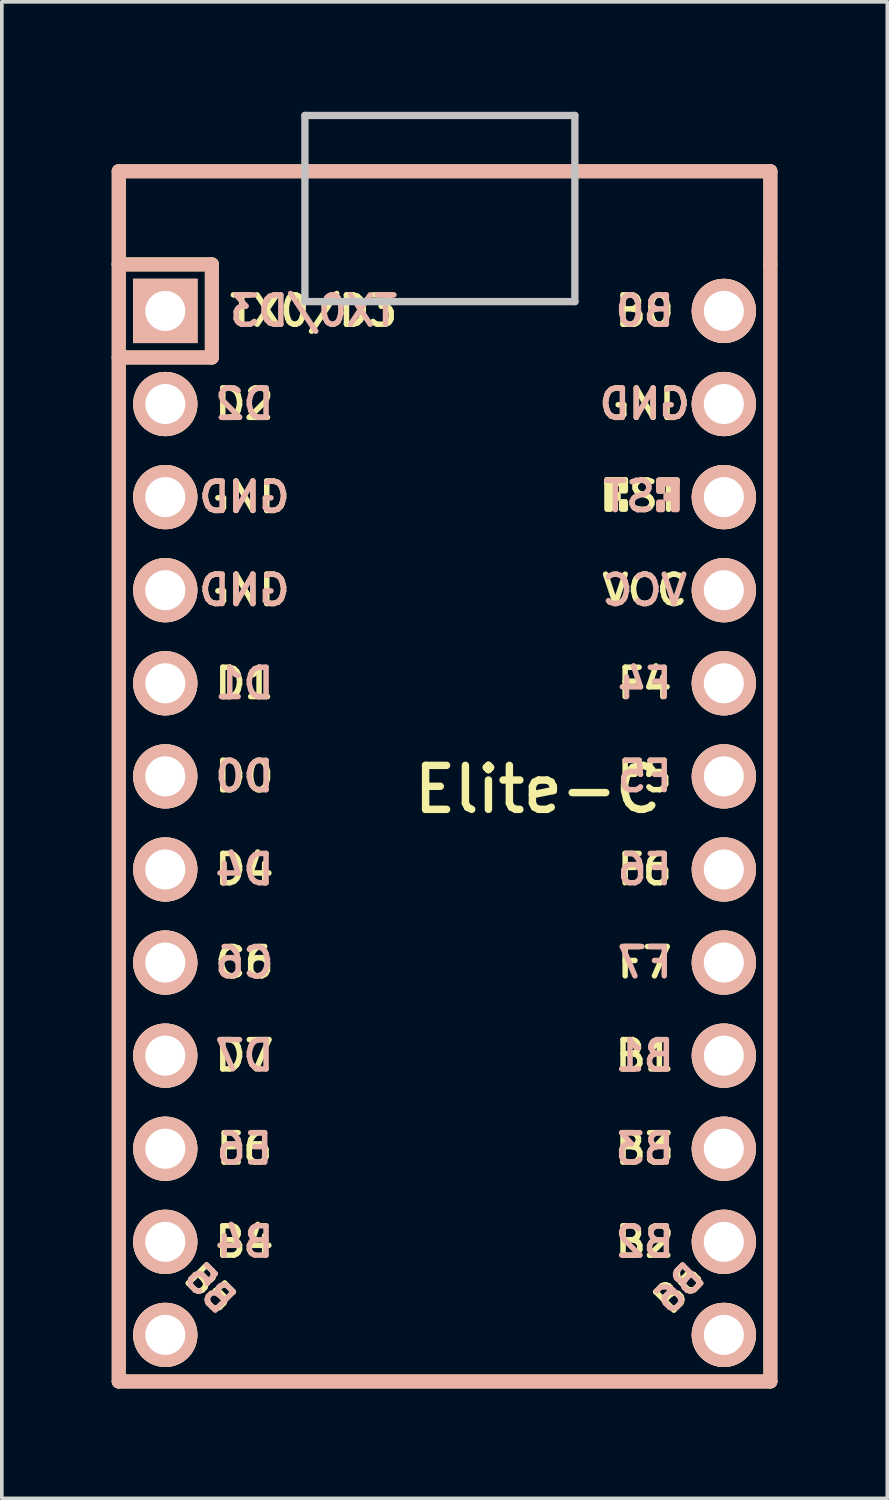
<source format=kicad_pcb>
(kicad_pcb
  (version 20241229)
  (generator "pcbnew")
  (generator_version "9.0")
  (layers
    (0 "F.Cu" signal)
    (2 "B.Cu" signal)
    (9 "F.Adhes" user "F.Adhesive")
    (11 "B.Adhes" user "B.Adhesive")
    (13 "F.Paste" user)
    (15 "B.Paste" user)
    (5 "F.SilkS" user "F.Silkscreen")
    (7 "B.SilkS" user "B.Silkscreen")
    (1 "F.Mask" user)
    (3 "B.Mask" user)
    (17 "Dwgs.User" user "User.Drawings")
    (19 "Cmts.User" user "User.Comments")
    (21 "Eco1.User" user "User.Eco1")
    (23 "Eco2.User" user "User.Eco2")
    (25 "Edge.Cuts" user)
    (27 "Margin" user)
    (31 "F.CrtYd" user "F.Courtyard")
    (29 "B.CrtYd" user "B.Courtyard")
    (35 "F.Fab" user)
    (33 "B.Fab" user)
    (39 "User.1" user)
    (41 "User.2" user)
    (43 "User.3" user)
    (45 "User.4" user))
  (footprint "Elite-C"
    (layer "F.Cu")
    (at 11.62 16.864)
    (property "Reference" "Elite-C" (at 0 1.625 0) (layer "F.SilkS") (effects (font (size 1.2 1.2) (thickness 0.203))))
    (attr through_hole)
    (fp_line (start -11.43 -15.24) (end -11.43 -12.7) (stroke (width 0.381) (type solid)) (layer "F.SilkS"))
    (fp_line (start -11.43 -12.7) (end -11.43 17.78) (stroke (width 0.381) (type solid)) (layer "F.SilkS"))
    (fp_line (start -11.43 17.78) (end 6.35 17.78) (stroke (width 0.381) (type solid)) (layer "F.SilkS"))
    (fp_line (start -8.89 -12.7) (end -11.43 -12.7) (stroke (width 0.381) (type solid)) (layer "F.SilkS"))
    (fp_line (start -8.89 -12.7) (end -8.89 -10.16) (stroke (width 0.381) (type solid)) (layer "F.SilkS"))
    (fp_line (start -8.89 -10.16) (end -11.43 -10.16) (stroke (width 0.381) (type solid)) (layer "F.SilkS"))
    (fp_line (start 6.35 -15.24) (end -11.43 -15.24) (stroke (width 0.381) (type solid)) (layer "F.SilkS"))
    (fp_line (start 6.35 -12.7) (end 6.35 -15.24) (stroke (width 0.381) (type solid)) (layer "F.SilkS"))
    (fp_line (start 6.35 17.78) (end 6.35 -12.7) (stroke (width 0.381) (type solid)) (layer "F.SilkS"))
    (fp_poly (pts (xy 1.992 -6.821) (xy 1.992 -6.021) (xy 1.892 -6.021) (xy 1.892 -6.821)) (stroke (width 0.15) (type solid)) (fill yes) (layer "F.SilkS"))
    (fp_poly (pts (xy 2.192 -6.421) (xy 2.192 -6.321) (xy 2.092 -6.321) (xy 2.092 -6.421)) (stroke (width 0.15) (type solid)) (fill yes) (layer "F.SilkS"))
    (fp_poly (pts (xy 2.392 -6.821) (xy 2.392 -6.721) (xy 1.892 -6.721) (xy 1.892 -6.821)) (stroke (width 0.15) (type solid)) (fill yes) (layer "F.SilkS"))
    (fp_poly (pts (xy 2.392 -6.821) (xy 2.392 -6.521) (xy 2.292 -6.521) (xy 2.292 -6.821)) (stroke (width 0.15) (type solid)) (fill yes) (layer "F.SilkS"))
    (fp_poly (pts (xy 2.392 -6.221) (xy 2.392 -6.021) (xy 2.292 -6.021) (xy 2.292 -6.221)) (stroke (width 0.15) (type solid)) (fill yes) (layer "F.SilkS"))
    (fp_line (start -11.43 -15.24) (end -11.43 17.78) (stroke (width 0.381) (type solid)) (layer "B.SilkS"))
    (fp_line (start -11.43 17.78) (end 6.35 17.78) (stroke (width 0.381) (type solid)) (layer "B.SilkS"))
    (fp_line (start -8.89 -12.7) (end -11.43 -12.7) (stroke (width 0.381) (type solid)) (layer "B.SilkS"))
    (fp_line (start -8.89 -12.7) (end -8.89 -10.16) (stroke (width 0.381) (type solid)) (layer "B.SilkS"))
    (fp_line (start -8.89 -10.16) (end -11.43 -10.16) (stroke (width 0.381) (type solid)) (layer "B.SilkS"))
    (fp_line (start 6.35 -15.24) (end -11.43 -15.24) (stroke (width 0.381) (type solid)) (layer "B.SilkS"))
    (fp_line (start 6.35 17.78) (end 6.35 -15.24) (stroke (width 0.381) (type solid)) (layer "B.SilkS"))
    (fp_poly (pts (xy 3.305 -6.811) (xy 3.305 -6.711) (xy 3.805 -6.711) (xy 3.805 -6.811)) (stroke (width 0.15) (type solid)) (fill yes) (layer "B.SilkS"))
    (fp_poly (pts (xy 3.305 -6.811) (xy 3.305 -6.511) (xy 3.405 -6.511) (xy 3.405 -6.811)) (stroke (width 0.15) (type solid)) (fill yes) (layer "B.SilkS"))
    (fp_poly (pts (xy 3.305 -6.211) (xy 3.305 -6.011) (xy 3.405 -6.011) (xy 3.405 -6.211)) (stroke (width 0.15) (type solid)) (fill yes) (layer "B.SilkS"))
    (fp_poly (pts (xy 3.505 -6.411) (xy 3.505 -6.311) (xy 3.605 -6.311) (xy 3.605 -6.411)) (stroke (width 0.15) (type solid)) (fill yes) (layer "B.SilkS"))
    (fp_poly (pts (xy 3.705 -6.811) (xy 3.705 -6.011) (xy 3.805 -6.011) (xy 3.805 -6.811)) (stroke (width 0.15) (type solid)) (fill yes) (layer "B.SilkS"))
    (fp_line (start -6.35 -16.764) (end 1.016 -16.764) (stroke (width 0.2) (type solid)) (layer "Dwgs.User"))
    (fp_line (start -6.35 -11.684) (end -6.35 -16.764) (stroke (width 0.2) (type solid)) (layer "Dwgs.User"))
    (fp_line (start 1.016 -16.764) (end 1.016 -11.684) (stroke (width 0.2) (type solid)) (layer "Dwgs.User"))
    (fp_line (start 1.016 -11.684) (end -6.35 -11.684) (stroke (width 0.2) (type solid)) (layer "Dwgs.User"))
    (fp_text user "ST" (at 3.193 -6.38 0) (layer "F.SilkS") (effects (font (size 0.8 0.8) (thickness 0.15))))
    (fp_text user "F6" (at 2.921 3.81 0) (layer "F.SilkS") (effects (font (size 0.8 0.8) (thickness 0.15))))
    (fp_text user "D7" (at -8.001 8.89 0) (layer "F.SilkS") (effects (font (size 0.8 0.8) (thickness 0.15))))
    (fp_text user "B3" (at 2.921 11.43 0) (layer "F.SilkS") (effects (font (size 0.8 0.8) (thickness 0.15))))
    (fp_text user "B4" (at -8.001 13.97 0) (layer "F.SilkS") (effects (font (size 0.8 0.8) (thickness 0.15))))
    (fp_text user "B1" (at 2.921 8.89 0) (layer "F.SilkS") (effects (font (size 0.8 0.8) (thickness 0.15))))
    (fp_text user "D4" (at -8.001 3.81 0) (layer "F.SilkS") (effects (font (size 0.8 0.8) (thickness 0.15))))
    (fp_text user "B0" (at 2.921 -11.43 0) (layer "F.SilkS") (effects (font (size 0.8 0.8) (thickness 0.15))))
    (fp_text user "GND" (at -8.001 -3.81 0) (layer "F.SilkS") (effects (font (size 0.8 0.8) (thickness 0.15))))
    (fp_text user "GND" (at 2.921 -8.89 0) (layer "F.SilkS") (effects (font (size 0.8 0.8) (thickness 0.15))))
    (fp_text user "D1" (at -8.001 -1.27 0) (layer "F.SilkS") (effects (font (size 0.8 0.8) (thickness 0.15))))
    (fp_text user "VCC" (at 2.921 -3.81 0) (layer "F.SilkS") (effects (font (size 0.8 0.8) (thickness 0.15))))
    (fp_text user "B5" (at -8.94 15.24 315) (layer "F.SilkS") (effects (font (size 0.7 0.7) (thickness 0.15))))
    (fp_text user "TX0/D3" (at -6.112 -11.43 0) (layer "F.SilkS") (effects (font (size 0.8 0.8) (thickness 0.15))))
    (fp_text user "GND" (at -8.001 -6.35 0) (layer "F.SilkS") (effects (font (size 0.8 0.8) (thickness 0.15))))
    (fp_text user "F4" (at 2.921 -1.27 0) (layer "F.SilkS") (effects (font (size 0.8 0.8) (thickness 0.15))))
    (fp_text user "F7" (at 2.921 6.35 0) (layer "F.SilkS") (effects (font (size 0.8 0.8) (thickness 0.15))))
    (fp_text user "D0" (at -8.001 1.27 0) (layer "F.SilkS") (effects (font (size 0.8 0.8) (thickness 0.15))))
    (fp_text user "C6" (at -8.001 6.35 0) (layer "F.SilkS") (effects (font (size 0.8 0.8) (thickness 0.15))))
    (fp_text user "E6" (at -8.001 11.43 0) (layer "F.SilkS") (effects (font (size 0.8 0.8) (thickness 0.15))))
    (fp_text user "B2" (at 2.921 13.97 0) (layer "F.SilkS") (effects (font (size 0.8 0.8) (thickness 0.15))))
    (fp_text user "F5" (at 2.921 1.27 0) (layer "F.SilkS") (effects (font (size 0.8 0.8) (thickness 0.15))))
    (fp_text user "D2" (at -8.001 -8.89 0) (layer "F.SilkS") (effects (font (size 0.8 0.8) (thickness 0.15))))
    (fp_text user "B6" (at 3.86 15.24 45) (unlocked yes) (layer "F.SilkS") (effects (font (size 0.7 0.7) (thickness 0.15))))
    (fp_text user "F7" (at 2.921 6.35 0) (layer "B.SilkS") (effects (font (size 0.8 0.8) (thickness 0.15)) (justify mirror)))
    (fp_text user "ST" (at 2.5 -6.37 0) (layer "B.SilkS") (effects (font (size 0.8 0.8) (thickness 0.15)) (justify mirror)))
    (fp_text user "B1" (at 2.921 8.89 0) (layer "B.SilkS") (effects (font (size 0.8 0.8) (thickness 0.15)) (justify mirror)))
    (fp_text user "D7" (at -8.001 8.89 0) (layer "B.SilkS") (effects (font (size 0.8 0.8) (thickness 0.15)) (justify mirror)))
    (fp_text user "E6" (at -8.001 11.43 0) (layer "B.SilkS") (effects (font (size 0.8 0.8) (thickness 0.15)) (justify mirror)))
    (fp_text user "B0" (at 2.921 -11.43 0) (layer "B.SilkS") (effects (font (size 0.8 0.8) (thickness 0.15)) (justify mirror)))
    (fp_text user "TX0/D3" (at -6.112 -11.43 0) (layer "B.SilkS") (effects (font (size 0.8 0.8) (thickness 0.15)) (justify mirror)))
    (fp_text user "F5" (at 2.921 1.27 0) (layer "B.SilkS") (effects (font (size 0.8 0.8) (thickness 0.15)) (justify mirror)))
    (fp_text user "B6" (at 3.86 15.24 45) (unlocked yes) (layer "B.SilkS") (effects (font (size 0.7 0.7) (thickness 0.15)) (justify mirror)))
    (fp_text user "B5" (at -8.94 15.24 315) (layer "B.SilkS") (effects (font (size 0.7 0.7) (thickness 0.15)) (justify mirror)))
    (fp_text user "GND" (at -8.001 -6.35 0) (layer "B.SilkS") (effects (font (size 0.8 0.8) (thickness 0.15)) (justify mirror)))
    (fp_text user "B3" (at 2.921 11.43 0) (layer "B.SilkS") (effects (font (size 0.8 0.8) (thickness 0.15)) (justify mirror)))
    (fp_text user "D0" (at -8.001 1.27 0) (layer "B.SilkS") (effects (font (size 0.8 0.8) (thickness 0.15)) (justify mirror)))
    (fp_text user "D2" (at -8.001 -8.89 0) (layer "B.SilkS") (effects (font (size 0.8 0.8) (thickness 0.15)) (justify mirror)))
    (fp_text user "F4" (at 2.921 -1.27 0) (layer "B.SilkS") (effects (font (size 0.8 0.8) (thickness 0.15)) (justify mirror)))
    (fp_text user "C6" (at -8.001 6.35 0) (layer "B.SilkS") (effects (font (size 0.8 0.8) (thickness 0.15)) (justify mirror)))
    (fp_text user "D1" (at -8.001 -1.27 0) (layer "B.SilkS") (effects (font (size 0.8 0.8) (thickness 0.15)) (justify mirror)))
    (fp_text user "B4" (at -8.001 13.97 0) (layer "B.SilkS") (effects (font (size 0.8 0.8) (thickness 0.15)) (justify mirror)))
    (fp_text user "D4" (at -8.001 3.81 0) (layer "B.SilkS") (effects (font (size 0.8 0.8) (thickness 0.15)) (justify mirror)))
    (fp_text user "F6" (at 2.921 3.81 0) (layer "B.SilkS") (effects (font (size 0.8 0.8) (thickness 0.15)) (justify mirror)))
    (fp_text user "GND" (at -8.001 -3.81 0) (layer "B.SilkS") (effects (font (size 0.8 0.8) (thickness 0.15)) (justify mirror)))
    (fp_text user "VCC" (at 2.921 -3.81 0) (layer "B.SilkS") (effects (font (size 0.8 0.8) (thickness 0.15)) (justify mirror)))
    (fp_text user "GND" (at 2.921 -8.89 0) (layer "B.SilkS") (effects (font (size 0.8 0.8) (thickness 0.15)) (justify mirror)))
    (fp_text user "B2" (at 2.921 13.97 0) (layer "B.SilkS") (effects (font (size 0.8 0.8) (thickness 0.15)) (justify mirror)))
    (pad "1" thru_hole rect (at -10.16 -11.43 270) (size 1.753 1.753) (drill 1.092) (layers "*.Cu" "*.SilkS" "*.Mask"))
    (pad "2" thru_hole circle (at -10.16 -8.89 270) (size 1.753 1.753) (drill 1.092) (layers "*.Cu" "*.SilkS" "*.Mask"))
    (pad "3" thru_hole circle (at -10.16 -6.35 270) (size 1.753 1.753) (drill 1.092) (layers "*.Cu" "*.SilkS" "*.Mask"))
    (pad "4" thru_hole circle (at -10.16 -3.81 270) (size 1.753 1.753) (drill 1.092) (layers "*.Cu" "*.SilkS" "*.Mask"))
    (pad "5" thru_hole circle (at -10.16 -1.27 270) (size 1.753 1.753) (drill 1.092) (layers "*.Cu" "*.SilkS" "*.Mask"))
    (pad "6" thru_hole circle (at -10.16 1.27 270) (size 1.753 1.753) (drill 1.092) (layers "*.Cu" "*.SilkS" "*.Mask"))
    (pad "7" thru_hole circle (at -10.16 3.81 270) (size 1.753 1.753) (drill 1.092) (layers "*.Cu" "*.SilkS" "*.Mask"))
    (pad "8" thru_hole circle (at -10.16 6.35 270) (size 1.753 1.753) (drill 1.092) (layers "*.Cu" "*.SilkS" "*.Mask"))
    (pad "9" thru_hole circle (at -10.16 8.89 270) (size 1.753 1.753) (drill 1.092) (layers "*.Cu" "*.SilkS" "*.Mask"))
    (pad "10" thru_hole circle (at -10.16 11.43 270) (size 1.753 1.753) (drill 1.092) (layers "*.Cu" "*.SilkS" "*.Mask"))
    (pad "11" thru_hole circle (at -10.16 13.97 270) (size 1.753 1.753) (drill 1.092) (layers "*.Cu" "*.SilkS" "*.Mask"))
    (pad "12" thru_hole circle (at -10.16 16.51 270) (size 1.753 1.753) (drill 1.092) (layers "*.Cu" "*.SilkS" "*.Mask"))
    (pad "13" thru_hole circle (at 5.08 16.51 270) (size 1.753 1.753) (drill 1.092) (layers "*.Cu" "*.SilkS" "*.Mask"))
    (pad "14" thru_hole circle (at 5.08 13.97 270) (size 1.753 1.753) (drill 1.092) (layers "*.Cu" "*.SilkS" "*.Mask"))
    (pad "15" thru_hole circle (at 5.08 11.43 270) (size 1.753 1.753) (drill 1.092) (layers "*.Cu" "*.SilkS" "*.Mask"))
    (pad "16" thru_hole circle (at 5.08 8.89 270) (size 1.753 1.753) (drill 1.092) (layers "*.Cu" "*.SilkS" "*.Mask"))
    (pad "17" thru_hole circle (at 5.08 6.35 270) (size 1.753 1.753) (drill 1.092) (layers "*.Cu" "*.SilkS" "*.Mask"))
    (pad "18" thru_hole circle (at 5.08 3.81 270) (size 1.753 1.753) (drill 1.092) (layers "*.Cu" "*.SilkS" "*.Mask"))
    (pad "19" thru_hole circle (at 5.08 1.27 270) (size 1.753 1.753) (drill 1.092) (layers "*.Cu" "*.SilkS" "*.Mask"))
    (pad "20" thru_hole circle (at 5.08 -1.27 270) (size 1.753 1.753) (drill 1.092) (layers "*.Cu" "*.SilkS" "*.Mask"))
    (pad "21" thru_hole circle (at 5.08 -3.81 270) (size 1.753 1.753) (drill 1.092) (layers "*.Cu" "*.SilkS" "*.Mask"))
    (pad "22" thru_hole circle (at 5.08 -6.35 270) (size 1.753 1.753) (drill 1.092) (layers "*.Cu" "*.SilkS" "*.Mask"))
    (pad "23" thru_hole circle (at 5.08 -8.89 270) (size 1.753 1.753) (drill 1.092) (layers "*.Cu" "*.SilkS" "*.Mask"))
    (pad "24" thru_hole circle (at 5.08 -11.43 270) (size 1.753 1.753) (drill 1.092) (layers "*.Cu" "*.SilkS" "*.Mask")))
  (gr_rect
    (start -3 -3)
    (end 21.161 37.834)
    (stroke (width 0.1) (type default))
    (fill no)
    (layer "Edge.Cuts")))
</source>
